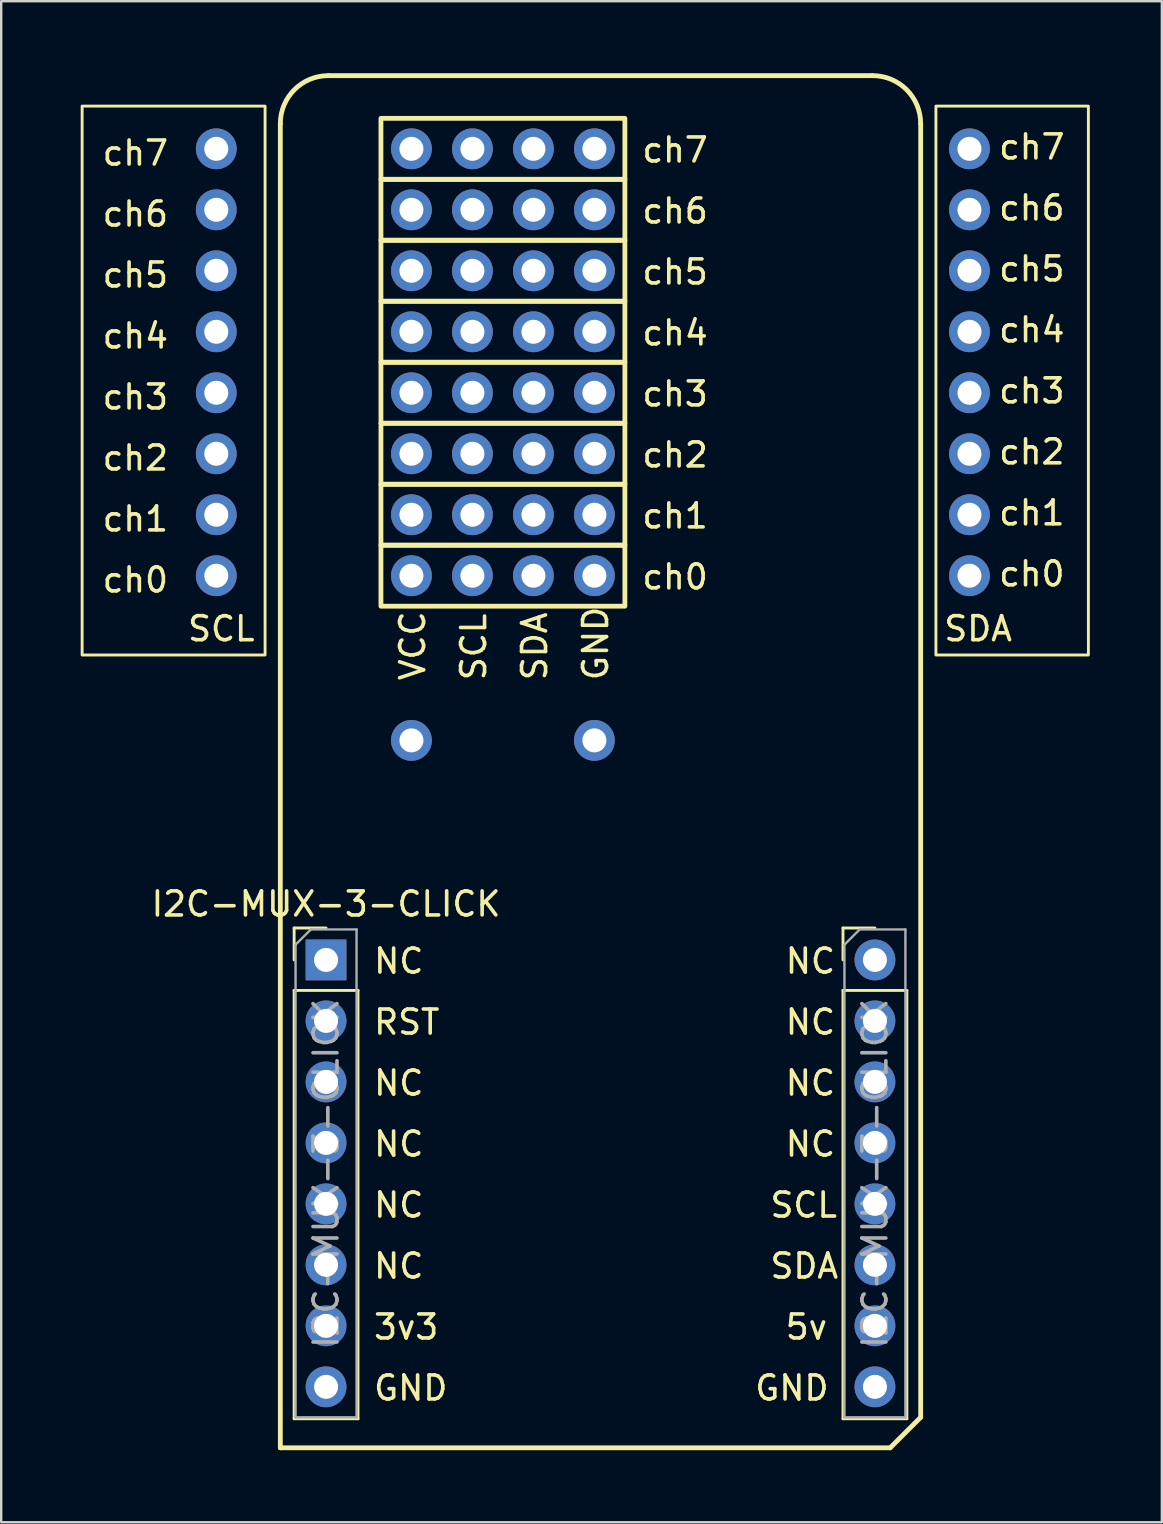
<source format=kicad_pcb>
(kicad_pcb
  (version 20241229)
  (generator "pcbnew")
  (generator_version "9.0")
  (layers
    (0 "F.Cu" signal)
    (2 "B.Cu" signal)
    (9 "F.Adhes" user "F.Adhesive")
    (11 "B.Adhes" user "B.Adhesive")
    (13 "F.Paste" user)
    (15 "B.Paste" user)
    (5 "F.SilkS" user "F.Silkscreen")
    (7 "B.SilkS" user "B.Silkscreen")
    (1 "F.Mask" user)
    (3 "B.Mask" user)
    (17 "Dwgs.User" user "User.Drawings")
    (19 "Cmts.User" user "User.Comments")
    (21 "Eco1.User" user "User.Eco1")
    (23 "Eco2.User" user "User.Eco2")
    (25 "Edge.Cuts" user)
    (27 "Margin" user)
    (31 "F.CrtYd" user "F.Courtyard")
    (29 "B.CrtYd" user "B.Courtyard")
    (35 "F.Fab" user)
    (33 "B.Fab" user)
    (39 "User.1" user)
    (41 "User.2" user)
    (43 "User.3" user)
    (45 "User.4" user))
  (footprint "I2C-MUX-3-CLICK"
    (layer "F.Cu")
    (at 10.53 36.93)
    (property "Reference" "I2C-MUX-3-CLICK" (at 0 -2.33 0) (layer "F.SilkS") (effects (font (size 1 1) (thickness 0.15))))
    (attr through_hole)
    (fp_line (start -1.905 -34.83) (end -1.905 20.32) (stroke (width 0.2) (type default)) (layer "F.SilkS"))
    (fp_line (start -1.905 20.32) (end 23.495 20.32) (stroke (width 0.2) (type default)) (layer "F.SilkS"))
    (fp_line (start -1.33 -1.33) (end 0 -1.33) (stroke (width 0.12) (type solid)) (layer "F.SilkS"))
    (fp_line (start -1.33 0) (end -1.33 -1.33) (stroke (width 0.12) (type solid)) (layer "F.SilkS"))
    (fp_line (start -1.33 1.27) (end -1.33 19.11) (stroke (width 0.12) (type solid)) (layer "F.SilkS"))
    (fp_line (start -1.33 1.27) (end 1.33 1.27) (stroke (width 0.12) (type solid)) (layer "F.SilkS"))
    (fp_line (start -1.33 19.11) (end 1.33 19.11) (stroke (width 0.12) (type solid)) (layer "F.SilkS"))
    (fp_line (start 1.33 1.27) (end 1.33 19.11) (stroke (width 0.12) (type solid)) (layer "F.SilkS"))
    (fp_line (start 21.53 -1.33) (end 22.86 -1.33) (stroke (width 0.12) (type solid)) (layer "F.SilkS"))
    (fp_line (start 21.53 0) (end 21.53 -1.33) (stroke (width 0.12) (type solid)) (layer "F.SilkS"))
    (fp_line (start 21.53 1.27) (end 21.53 19.11) (stroke (width 0.12) (type solid)) (layer "F.SilkS"))
    (fp_line (start 21.53 1.27) (end 24.19 1.27) (stroke (width 0.12) (type solid)) (layer "F.SilkS"))
    (fp_line (start 21.53 19.11) (end 24.19 19.11) (stroke (width 0.12) (type solid)) (layer "F.SilkS"))
    (fp_line (start 22.765 -36.83) (end 0.095 -36.83) (stroke (width 0.2) (type default)) (layer "F.SilkS"))
    (fp_line (start 23.495 20.32) (end 24.765 19.05) (stroke (width 0.2) (type default)) (layer "F.SilkS"))
    (fp_line (start 24.19 1.27) (end 24.19 19.11) (stroke (width 0.12) (type solid)) (layer "F.SilkS"))
    (fp_line (start 24.765 19.05) (end 24.765 -34.83) (stroke (width 0.2) (type default)) (layer "F.SilkS"))
    (fp_rect (start -10.16 -35.56) (end -2.54 -12.7) (stroke (width 0.12) (type default)) (fill no) (layer "F.SilkS"))
    (fp_rect (start 2.286 -35.052) (end 12.446 -32.512) (stroke (width 0.2) (type default)) (fill no) (layer "F.SilkS"))
    (fp_rect (start 2.286 -32.512) (end 12.446 -29.972) (stroke (width 0.2) (type default)) (fill no) (layer "F.SilkS"))
    (fp_rect (start 2.286 -29.972) (end 12.446 -27.432) (stroke (width 0.2) (type default)) (fill no) (layer "F.SilkS"))
    (fp_rect (start 2.286 -27.432) (end 12.446 -24.892) (stroke (width 0.2) (type default)) (fill no) (layer "F.SilkS"))
    (fp_rect (start 2.286 -24.892) (end 12.446 -22.352) (stroke (width 0.2) (type default)) (fill no) (layer "F.SilkS"))
    (fp_rect (start 2.286 -22.352) (end 12.446 -19.812) (stroke (width 0.2) (type default)) (fill no) (layer "F.SilkS"))
    (fp_rect (start 2.286 -19.812) (end 12.446 -17.272) (stroke (width 0.2) (type default)) (fill no) (layer "F.SilkS"))
    (fp_rect (start 2.286 -17.272) (end 12.446 -14.732) (stroke (width 0.2) (type default)) (fill no) (layer "F.SilkS"))
    (fp_rect (start 25.4 -35.56) (end 31.75 -12.7) (stroke (width 0.12) (type default)) (fill no) (layer "F.SilkS"))
    (fp_arc (start -1.905 -34.83) (mid -1.319214 -36.244214) (end 0.095 -36.83) (stroke (width 0.2) (type default)) (layer "F.SilkS"))
    (fp_arc (start 22.765 -36.83) (mid 24.179214 -36.244214) (end 24.765 -34.83) (stroke (width 0.2) (type default)) (layer "F.SilkS"))
    (fp_line (start -1.27 -0.635) (end -0.635 -1.27) (stroke (width 0.1) (type solid)) (layer "F.Fab"))
    (fp_line (start -1.27 19.05) (end -1.27 -0.635) (stroke (width 0.1) (type solid)) (layer "F.Fab"))
    (fp_line (start -0.635 -1.27) (end 1.27 -1.27) (stroke (width 0.1) (type solid)) (layer "F.Fab"))
    (fp_line (start 1.27 -1.27) (end 1.27 19.05) (stroke (width 0.1) (type solid)) (layer "F.Fab"))
    (fp_line (start 1.27 19.05) (end -1.27 19.05) (stroke (width 0.1) (type solid)) (layer "F.Fab"))
    (fp_line (start 21.59 -0.635) (end 22.225 -1.27) (stroke (width 0.1) (type solid)) (layer "F.Fab"))
    (fp_line (start 21.59 19.05) (end 21.59 -0.635) (stroke (width 0.1) (type solid)) (layer "F.Fab"))
    (fp_line (start 22.225 -1.27) (end 24.13 -1.27) (stroke (width 0.1) (type solid)) (layer "F.Fab"))
    (fp_line (start 24.13 -1.27) (end 24.13 19.05) (stroke (width 0.1) (type solid)) (layer "F.Fab"))
    (fp_line (start 24.13 19.05) (end 21.59 19.05) (stroke (width 0.1) (type solid)) (layer "F.Fab"))
    (fp_text user "ch2" (at -9.398 -20.32 0) (unlocked yes) (layer "F.SilkS") (effects (font (size 1 1) (thickness 0.15)) (justify left bottom)))
    (fp_text user "SCL" (at -5.842 -13.208 0) (unlocked yes) (layer "F.SilkS") (effects (font (size 1 1) (thickness 0.15)) (justify left bottom)))
    (fp_text user "ch1" (at 27.94 -18.034 0) (unlocked yes) (layer "F.SilkS") (effects (font (size 1 1) (thickness 0.15)) (justify left bottom)))
    (fp_text user "5v" (at 19.05 15.875 0) (unlocked yes) (layer "F.SilkS") (effects (font (size 1 1) (thickness 0.15)) (justify left bottom)))
    (fp_text user "NC" (at 19.05 5.715 0) (unlocked yes) (layer "F.SilkS") (effects (font (size 1 1) (thickness 0.15)) (justify left bottom)))
    (fp_text user "ch7" (at 27.94 -33.274 0) (unlocked yes) (layer "F.SilkS") (effects (font (size 1 1) (thickness 0.15)) (justify left bottom)))
    (fp_text user "ch4" (at 27.94 -25.654 0) (unlocked yes) (layer "F.SilkS") (effects (font (size 1 1) (thickness 0.15)) (justify left bottom)))
    (fp_text user "NC" (at 1.905 13.335 0) (unlocked yes) (layer "F.SilkS") (effects (font (size 1 1) (thickness 0.15)) (justify left bottom)))
    (fp_text user "VCC" (at 4.191 -11.557 90) (unlocked yes) (layer "F.SilkS") (effects (font (size 1 1) (thickness 0.15)) (justify left bottom)))
    (fp_text user "ch4" (at -9.398 -25.4 0) (unlocked yes) (layer "F.SilkS") (effects (font (size 1 1) (thickness 0.15)) (justify left bottom)))
    (fp_text user "SCL" (at 18.415 10.795 0) (unlocked yes) (layer "F.SilkS") (effects (font (size 1 1) (thickness 0.15)) (justify left bottom)))
    (fp_text user "ch0" (at 27.94 -15.494 0) (unlocked yes) (layer "F.SilkS") (effects (font (size 1 1) (thickness 0.15)) (justify left bottom)))
    (fp_text user "ch0" (at 13.081 -15.367 0) (unlocked yes) (layer "F.SilkS") (effects (font (size 1 1) (thickness 0.15)) (justify left bottom)))
    (fp_text user "NC" (at 1.905 0.635 0) (unlocked yes) (layer "F.SilkS") (effects (font (size 1 1) (thickness 0.15)) (justify left bottom)))
    (fp_text user "NC" (at 19.05 8.255 0) (unlocked yes) (layer "F.SilkS") (effects (font (size 1 1) (thickness 0.15)) (justify left bottom)))
    (fp_text user "ch6" (at 27.94 -30.734 0) (unlocked yes) (layer "F.SilkS") (effects (font (size 1 1) (thickness 0.15)) (justify left bottom)))
    (fp_text user "NC" (at 1.905 10.795 0) (unlocked yes) (layer "F.SilkS") (effects (font (size 1 1) (thickness 0.15)) (justify left bottom)))
    (fp_text user "NC" (at 19.05 0.635 0) (unlocked yes) (layer "F.SilkS") (effects (font (size 1 1) (thickness 0.15)) (justify left bottom)))
    (fp_text user "ch0" (at -9.398 -15.24 0) (unlocked yes) (layer "F.SilkS") (effects (font (size 1 1) (thickness 0.15)) (justify left bottom)))
    (fp_text user "RST" (at 1.905 3.175 0) (unlocked yes) (layer "F.SilkS") (effects (font (size 1 1) (thickness 0.15)) (justify left bottom)))
    (fp_text user "ch3" (at 27.94 -23.114 0) (unlocked yes) (layer "F.SilkS") (effects (font (size 1 1) (thickness 0.15)) (justify left bottom)))
    (fp_text user "GND" (at 17.78 18.415 0) (unlocked yes) (layer "F.SilkS") (effects (font (size 1 1) (thickness 0.15)) (justify left bottom)))
    (fp_text user "ch3" (at 13.081 -22.987 0) (unlocked yes) (layer "F.SilkS") (effects (font (size 1 1) (thickness 0.15)) (justify left bottom)))
    (fp_text user "ch3" (at -9.398 -22.86 0) (unlocked yes) (layer "F.SilkS") (effects (font (size 1 1) (thickness 0.15)) (justify left bottom)))
    (fp_text user "SDA" (at 18.415 13.335 0) (unlocked yes) (layer "F.SilkS") (effects (font (size 1 1) (thickness 0.15)) (justify left bottom)))
    (fp_text user "NC" (at 1.905 5.715 0) (unlocked yes) (layer "F.SilkS") (effects (font (size 1 1) (thickness 0.15)) (justify left bottom)))
    (fp_text user "SCL" (at 6.731 -11.557 90) (unlocked yes) (layer "F.SilkS") (effects (font (size 1 1) (thickness 0.15)) (justify left bottom)))
    (fp_text user "GND" (at 11.811 -11.557 90) (unlocked yes) (layer "F.SilkS") (effects (font (size 1 1) (thickness 0.15)) (justify left bottom)))
    (fp_text user "NC" (at 1.905 8.255 0) (unlocked yes) (layer "F.SilkS") (effects (font (size 1 1) (thickness 0.15)) (justify left bottom)))
    (fp_text user "ch4" (at 13.081 -25.527 0) (unlocked yes) (layer "F.SilkS") (effects (font (size 1 1) (thickness 0.15)) (justify left bottom)))
    (fp_text user "GND" (at 1.905 18.415 0) (unlocked yes) (layer "F.SilkS") (effects (font (size 1 1) (thickness 0.15)) (justify left bottom)))
    (fp_text user "NC" (at 19.05 3.175 0) (unlocked yes) (layer "F.SilkS") (effects (font (size 1 1) (thickness 0.15)) (justify left bottom)))
    (fp_text user "ch5" (at 13.081 -28.067 0) (unlocked yes) (layer "F.SilkS") (effects (font (size 1 1) (thickness 0.15)) (justify left bottom)))
    (fp_text user "ch7" (at 13.081 -33.147 0) (unlocked yes) (layer "F.SilkS") (effects (font (size 1 1) (thickness 0.15)) (justify left bottom)))
    (fp_text user "3v3" (at 1.905 15.875 0) (unlocked yes) (layer "F.SilkS") (effects (font (size 1 1) (thickness 0.15)) (justify left bottom)))
    (fp_text user "ch6" (at 13.081 -30.607 0) (unlocked yes) (layer "F.SilkS") (effects (font (size 1 1) (thickness 0.15)) (justify left bottom)))
    (fp_text user "ch5" (at -9.398 -27.94 0) (unlocked yes) (layer "F.SilkS") (effects (font (size 1 1) (thickness 0.15)) (justify left bottom)))
    (fp_text user "ch6" (at -9.398 -30.48 0) (unlocked yes) (layer "F.SilkS") (effects (font (size 1 1) (thickness 0.15)) (justify left bottom)))
    (fp_text user "ch1" (at -9.398 -17.78 0) (unlocked yes) (layer "F.SilkS") (effects (font (size 1 1) (thickness 0.15)) (justify left bottom)))
    (fp_text user "ch5" (at 27.94 -28.194 0) (unlocked yes) (layer "F.SilkS") (effects (font (size 1 1) (thickness 0.15)) (justify left bottom)))
    (fp_text user "SDA" (at 9.271 -11.557 90) (unlocked yes) (layer "F.SilkS") (effects (font (size 1 1) (thickness 0.15)) (justify left bottom)))
    (fp_text user "ch1" (at 13.081 -17.907 0) (unlocked yes) (layer "F.SilkS") (effects (font (size 1 1) (thickness 0.15)) (justify left bottom)))
    (fp_text user "ch2" (at 13.081 -20.447 0) (unlocked yes) (layer "F.SilkS") (effects (font (size 1 1) (thickness 0.15)) (justify left bottom)))
    (fp_text user "ch7" (at -9.398 -33.02 0) (unlocked yes) (layer "F.SilkS") (effects (font (size 1 1) (thickness 0.15)) (justify left bottom)))
    (fp_text user "ch2" (at 27.94 -20.574 0) (unlocked yes) (layer "F.SilkS") (effects (font (size 1 1) (thickness 0.15)) (justify left bottom)))
    (fp_text user "SDA" (at 25.654 -13.208 0) (unlocked yes) (layer "F.SilkS") (effects (font (size 1 1) (thickness 0.15)) (justify left bottom)))
    (fp_text user "${REFERENCE}" (at 22.86 8.89 90) (layer "F.Fab") (effects (font (size 1 1) (thickness 0.15))))
    (fp_text user "${REFERENCE}" (at 0 8.89 90) (layer "F.Fab") (effects (font (size 1 1) (thickness 0.15))))
    (dimension (type aligned) (layer "User.5") (pts (xy 10.53 36.93) (xy 10.53 20.928)) (height -4.445) (format (prefix "") (suffix "") (units 3) (units_format 1) (precision 4)) (style (thickness 0.12) (arrow_length 1.27) (text_position_mode 0) (arrow_direction outward) (extension_height 0.586) (extension_offset 0.5) (keep_text_aligned yes)) (gr_text "16.0020 mm" (at 4.935 28.929 90) (layer "User.5") (effects (font (size 1 1) (thickness 0.15)))))
    (dimension (type aligned) (layer "User.5") (pts (xy 10.53 36.93) (xy 14.086 36.93)) (height -23.114) (format (prefix "") (suffix "") (units 3) (units_format 1) (precision 4)) (style (thickness 0.12) (arrow_length 1.27) (text_position_mode 2) (arrow_direction outward) (extension_height 0.586) (extension_offset 0.5) (keep_text_aligned yes)) (gr_text "3.5560 mm" (at 12.617 12.356 0) (layer "User.5") (effects (font (size 1 1) (thickness 0.15)))))
    (dimension (type aligned) (layer "User.5") (pts (xy 14.086 20.928) (xy 14.086 18.363)) (height -8.077) (format (prefix "") (suffix "") (units 3) (units_format 1) (precision 4)) (style (thickness 0.12) (arrow_length 1.27) (text_position_mode 0) (arrow_direction outward) (extension_height 0.586) (extension_offset 0.5) (keep_text_aligned yes)) (gr_text "2.5654 mm" (at 4.858 19.645 90) (layer "User.5") (effects (font (size 1 1) (thickness 0.15)))))
    (pad "" thru_hole oval (at 3.556 -33.782 90) (size 1.7 1.7) (drill 1) (layers "*.Cu" "*.Mask"))
    (pad "" thru_hole oval (at 3.556 -31.242 90) (size 1.7 1.7) (drill 1) (layers "*.Cu" "*.Mask"))
    (pad "" thru_hole oval (at 3.556 -28.702 90) (size 1.7 1.7) (drill 1) (layers "*.Cu" "*.Mask"))
    (pad "" thru_hole oval (at 3.556 -26.162 90) (size 1.7 1.7) (drill 1) (layers "*.Cu" "*.Mask"))
    (pad "" thru_hole oval (at 3.556 -23.622 90) (size 1.7 1.7) (drill 1) (layers "*.Cu" "*.Mask"))
    (pad "" thru_hole oval (at 3.556 -21.082 90) (size 1.7 1.7) (drill 1) (layers "*.Cu" "*.Mask"))
    (pad "" thru_hole oval (at 3.556 -18.542 90) (size 1.7 1.7) (drill 1) (layers "*.Cu" "*.Mask"))
    (pad "" thru_hole oval (at 3.556 -16.002 90) (size 1.7 1.7) (drill 1) (layers "*.Cu" "*.Mask"))
    (pad "" thru_hole oval (at 11.176 -33.782 90) (size 1.7 1.7) (drill 1) (layers "*.Cu" "*.Mask"))
    (pad "" thru_hole oval (at 11.176 -31.242 90) (size 1.7 1.7) (drill 1) (layers "*.Cu" "*.Mask"))
    (pad "" thru_hole oval (at 11.176 -28.702 90) (size 1.7 1.7) (drill 1) (layers "*.Cu" "*.Mask"))
    (pad "" thru_hole oval (at 11.176 -26.162 90) (size 1.7 1.7) (drill 1) (layers "*.Cu" "*.Mask"))
    (pad "" thru_hole oval (at 11.176 -23.622 90) (size 1.7 1.7) (drill 1) (layers "*.Cu" "*.Mask"))
    (pad "" thru_hole oval (at 11.176 -21.082 90) (size 1.7 1.7) (drill 1) (layers "*.Cu" "*.Mask"))
    (pad "" thru_hole oval (at 11.176 -18.542 90) (size 1.7 1.7) (drill 1) (layers "*.Cu" "*.Mask"))
    (pad "" thru_hole oval (at 11.176 -16.002 90) (size 1.7 1.7) (drill 1) (layers "*.Cu" "*.Mask"))
    (pad "1" thru_hole rect (at 0 0) (size 1.7 1.7) (drill 1) (layers "*.Cu" "*.Mask"))
    (pad "2" thru_hole oval (at 0 2.54) (size 1.7 1.7) (drill 1) (layers "*.Cu" "*.Mask"))
    (pad "3" thru_hole oval (at 0 5.08) (size 1.7 1.7) (drill 1) (layers "*.Cu" "*.Mask"))
    (pad "4" thru_hole oval (at 0 7.62) (size 1.7 1.7) (drill 1) (layers "*.Cu" "*.Mask"))
    (pad "5" thru_hole oval (at 0 10.16) (size 1.7 1.7) (drill 1) (layers "*.Cu" "*.Mask"))
    (pad "6" thru_hole oval (at 0 12.7) (size 1.7 1.7) (drill 1) (layers "*.Cu" "*.Mask"))
    (pad "7" thru_hole oval (at 0 15.24) (size 1.7 1.7) (drill 1) (layers "*.Cu" "*.Mask"))
    (pad "8" thru_hole oval (at 0 17.78) (size 1.7 1.7) (drill 1) (layers "*.Cu" "*.Mask"))
    (pad "9" thru_hole oval (at 22.86 17.78) (size 1.7 1.7) (drill 1) (layers "*.Cu" "*.Mask"))
    (pad "10" thru_hole oval (at 22.86 15.24) (size 1.7 1.7) (drill 1) (layers "*.Cu" "*.Mask"))
    (pad "11" thru_hole oval (at 22.86 12.7) (size 1.7 1.7) (drill 1) (layers "*.Cu" "*.Mask"))
    (pad "12" thru_hole oval (at 22.86 10.16) (size 1.7 1.7) (drill 1) (layers "*.Cu" "*.Mask"))
    (pad "13" thru_hole oval (at 22.86 7.62) (size 1.7 1.7) (drill 1) (layers "*.Cu" "*.Mask"))
    (pad "14" thru_hole oval (at 22.86 5.08) (size 1.7 1.7) (drill 1) (layers "*.Cu" "*.Mask"))
    (pad "15" thru_hole oval (at 22.86 2.54) (size 1.7 1.7) (drill 1) (layers "*.Cu" "*.Mask"))
    (pad "16" thru_hole circle (at 22.86 0) (size 1.7 1.7) (drill 1) (layers "*.Cu" "*.Mask"))
    (pad "17" thru_hole oval (at 8.636 -16.002 90) (size 1.7 1.7) (drill 1) (layers "*.Cu" "*.Mask"))
    (pad "17" thru_hole oval (at 26.797 -16.002 90) (size 1.7 1.7) (drill 1) (layers "*.Cu" "*.Mask"))
    (pad "18" thru_hole oval (at 8.636 -18.542 90) (size 1.7 1.7) (drill 1) (layers "*.Cu" "*.Mask"))
    (pad "18" thru_hole oval (at 26.797 -18.542 90) (size 1.7 1.7) (drill 1) (layers "*.Cu" "*.Mask"))
    (pad "19" thru_hole oval (at 8.636 -21.082 90) (size 1.7 1.7) (drill 1) (layers "*.Cu" "*.Mask"))
    (pad "19" thru_hole oval (at 26.797 -21.082 90) (size 1.7 1.7) (drill 1) (layers "*.Cu" "*.Mask"))
    (pad "20" thru_hole oval (at 8.636 -23.622 90) (size 1.7 1.7) (drill 1) (layers "*.Cu" "*.Mask"))
    (pad "20" thru_hole oval (at 26.797 -23.622 90) (size 1.7 1.7) (drill 1) (layers "*.Cu" "*.Mask"))
    (pad "21" thru_hole oval (at 8.636 -26.162 90) (size 1.7 1.7) (drill 1) (layers "*.Cu" "*.Mask" "Eco2.User"))
    (pad "21" thru_hole oval (at 26.797 -26.162 90) (size 1.7 1.7) (drill 1) (layers "*.Cu" "*.Mask" "Eco2.User"))
    (pad "22" thru_hole oval (at 8.636 -28.702 90) (size 1.7 1.7) (drill 1) (layers "*.Cu" "*.Mask"))
    (pad "22" thru_hole oval (at 26.797 -28.702 90) (size 1.7 1.7) (drill 1) (layers "*.Cu" "*.Mask"))
    (pad "23" thru_hole oval (at 8.636 -31.242 90) (size 1.7 1.7) (drill 1) (layers "*.Cu" "*.Mask"))
    (pad "23" thru_hole oval (at 26.797 -31.242 90) (size 1.7 1.7) (drill 1) (layers "*.Cu" "*.Mask"))
    (pad "24" thru_hole oval (at 8.636 -33.782 90) (size 1.7 1.7) (drill 1) (layers "*.Cu" "*.Mask"))
    (pad "24" thru_hole oval (at 26.797 -33.782 90) (size 1.7 1.7) (drill 1) (layers "*.Cu" "*.Mask"))
    (pad "25" thru_hole oval (at -4.572 -33.782 90) (size 1.7 1.7) (drill 1) (layers "*.Cu" "*.Mask"))
    (pad "25" thru_hole oval (at 6.096 -33.782 90) (size 1.7 1.7) (drill 1) (layers "*.Cu" "*.Mask"))
    (pad "26" thru_hole oval (at -4.572 -31.242 90) (size 1.7 1.7) (drill 1) (layers "*.Cu" "*.Mask"))
    (pad "26" thru_hole oval (at 6.096 -31.242 90) (size 1.7 1.7) (drill 1) (layers "*.Cu" "*.Mask"))
    (pad "27" thru_hole oval (at -4.572 -28.702 90) (size 1.7 1.7) (drill 1) (layers "*.Cu" "*.Mask"))
    (pad "27" thru_hole oval (at 6.096 -28.702 90) (size 1.7 1.7) (drill 1) (layers "*.Cu" "*.Mask"))
    (pad "28" thru_hole oval (at -4.572 -26.162 90) (size 1.7 1.7) (drill 1) (layers "*.Cu" "*.Mask"))
    (pad "28" thru_hole oval (at 6.096 -26.162 90) (size 1.7 1.7) (drill 1) (layers "*.Cu" "*.Mask"))
    (pad "29" thru_hole oval (at -4.572 -23.622 90) (size 1.7 1.7) (drill 1) (layers "*.Cu" "*.Mask"))
    (pad "29" thru_hole oval (at 6.096 -23.622 90) (size 1.7 1.7) (drill 1) (layers "*.Cu" "*.Mask"))
    (pad "30" thru_hole oval (at -4.572 -21.082 90) (size 1.7 1.7) (drill 1) (layers "*.Cu" "*.Mask"))
    (pad "30" thru_hole oval (at 6.096 -21.082 90) (size 1.7 1.7) (drill 1) (layers "*.Cu" "*.Mask"))
    (pad "31" thru_hole oval (at -4.572 -18.542 90) (size 1.7 1.7) (drill 1) (layers "*.Cu" "*.Mask"))
    (pad "31" thru_hole oval (at 6.096 -18.542 90) (size 1.7 1.7) (drill 1) (layers "*.Cu" "*.Mask"))
    (pad "32" thru_hole oval (at -4.572 -16.002 90) (size 1.7 1.7) (drill 1) (layers "*.Cu" "*.Mask"))
    (pad "32" thru_hole oval (at 6.096 -16.002 90) (size 1.7 1.7) (drill 1) (layers "*.Cu" "*.Mask"))
    (pad "33" thru_hole oval (at 3.556 -9.144 90) (size 1.7 1.7) (drill 1) (layers "*.Cu" "*.Mask"))
    (pad "34" thru_hole oval (at 11.176 -9.144 90) (size 1.7 1.7) (drill 1) (layers "*.Cu" "*.Mask")))
  (gr_rect
    (start -3 -3)
    (end 45.34 60.35)
    (stroke (width 0.1) (type default))
    (fill no)
    (layer "Edge.Cuts")))
</source>
